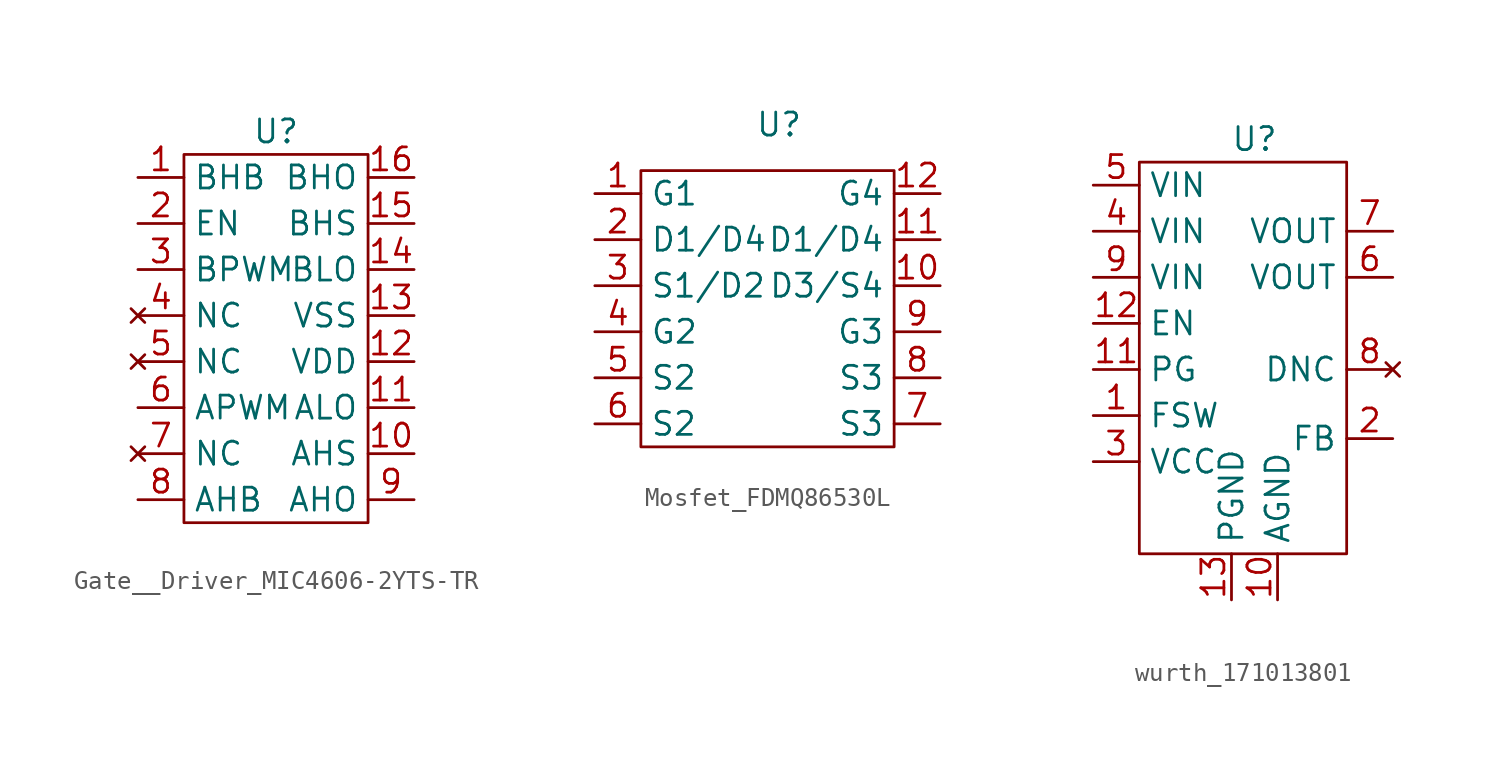
<source format=kicad_sym>
(kicad_symbol_lib
  (version 20220914)
  (generator kicad_symbol_editor)
  (symbol "Gate__Driver_MIC4606-2YTS-TR"
    (property "Reference" "U"
      (at 0 11.43 0)
      (effects (font (size 1.27 1.27))))
    (property "Value" ""
      (at 0 0 0)
      (effects (font (size 1.27 1.27))))
    (symbol "Gate__Driver_MIC4606-2YTS-TR_0_1"
      (rectangle (start -5.08 10.16) (end 5.08 -10.16) (stroke (width 0) (type default)) (fill (type none))))
    (symbol "Gate__Driver_MIC4606-2YTS-TR_1_1"
      (pin passive line (at -7.62 8.89 0) (length 2.54) (name "BHB" (effects (font (size 1.27 1.27)))) (number "1" (effects (font (size 1.27 1.27)))))
      (pin passive line (at 7.62 -6.35 180) (length 2.54) (name "AHS" (effects (font (size 1.27 1.27)))) (number "10" (effects (font (size 1.27 1.27)))))
      (pin power_out line (at 7.62 -3.81 180) (length 2.54) (name "ALO" (effects (font (size 1.27 1.27)))) (number "11" (effects (font (size 1.27 1.27)))))
      (pin power_in line (at 7.62 -1.27 180) (length 2.54) (name "VDD" (effects (font (size 1.27 1.27)))) (number "12" (effects (font (size 1.27 1.27)))))
      (pin power_in line (at 7.62 1.27 180) (length 2.54) (name "VSS" (effects (font (size 1.27 1.27)))) (number "13" (effects (font (size 1.27 1.27)))))
      (pin output line (at 7.62 3.81 180) (length 2.54) (name "BLO" (effects (font (size 1.27 1.27)))) (number "14" (effects (font (size 1.27 1.27)))))
      (pin passive line (at 7.62 6.35 180) (length 2.54) (name "BHS" (effects (font (size 1.27 1.27)))) (number "15" (effects (font (size 1.27 1.27)))))
      (pin output line (at 7.62 8.89 180) (length 2.54) (name "BHO" (effects (font (size 1.27 1.27)))) (number "16" (effects (font (size 1.27 1.27)))))
      (pin input line (at -7.62 6.35 0) (length 2.54) (name "EN" (effects (font (size 1.27 1.27)))) (number "2" (effects (font (size 1.27 1.27)))))
      (pin input line (at -7.62 3.81 0) (length 2.54) (name "BPWM" (effects (font (size 1.27 1.27)))) (number "3" (effects (font (size 1.27 1.27)))))
      (pin no_connect line (at -7.62 1.27 0) (length 2.54) (name "NC" (effects (font (size 1.27 1.27)))) (number "4" (effects (font (size 1.27 1.27)))))
      (pin no_connect line (at -7.62 -1.27 0) (length 2.54) (name "NC" (effects (font (size 1.27 1.27)))) (number "5" (effects (font (size 1.27 1.27)))))
      (pin input line (at -7.62 -3.81 0) (length 2.54) (name "APWM" (effects (font (size 1.27 1.27)))) (number "6" (effects (font (size 1.27 1.27)))))
      (pin no_connect line (at -7.62 -6.35 0) (length 2.54) (name "NC" (effects (font (size 1.27 1.27)))) (number "7" (effects (font (size 1.27 1.27)))))
      (pin passive line (at -7.62 -8.89 0) (length 2.54) (name "AHB" (effects (font (size 1.27 1.27)))) (number "8" (effects (font (size 1.27 1.27)))))
      (pin output line (at 7.62 -8.89 180) (length 2.54) (name "AHO" (effects (font (size 1.27 1.27)))) (number "9" (effects (font (size 1.27 1.27)))))))
  (symbol "Mosfet_FDMQ86530L"
    (property "Reference" "U"
      (at 0 10.16 0)
      (effects (font (size 1.27 1.27))))
    (property "Value" ""
      (at 0 -2.54 0)
      (effects (font (size 1.27 1.27))))
    (symbol "Mosfet_FDMQ86530L_0_1"
      (rectangle (start -7.62 7.62) (end 6.35 -7.62) (stroke (width 0) (type default)) (fill (type none))))
    (symbol "Mosfet_FDMQ86530L_1_1"
      (pin input line (at -10.16 6.35 0) (length 2.54) (name "G1" (effects (font (size 1.27 1.27)))) (number "1" (effects (font (size 1.27 1.27)))))
      (pin power_in line (at 8.89 1.27 180) (length 2.54) (name "D3/S4" (effects (font (size 1.27 1.27)))) (number "10" (effects (font (size 1.27 1.27)))))
      (pin power_out line (at 8.89 3.81 180) (length 2.54) (name "D1/D4" (effects (font (size 1.27 1.27)))) (number "11" (effects (font (size 1.27 1.27)))))
      (pin input line (at 8.89 6.35 180) (length 2.54) (name "G4" (effects (font (size 1.27 1.27)))) (number "12" (effects (font (size 1.27 1.27)))))
      (pin power_out line (at -10.16 3.81 0) (length 2.54) (name "D1/D4" (effects (font (size 1.27 1.27)))) (number "2" (effects (font (size 1.27 1.27)))))
      (pin power_in line (at -10.16 1.27 0) (length 2.54) (name "S1/D2" (effects (font (size 1.27 1.27)))) (number "3" (effects (font (size 1.27 1.27)))))
      (pin input line (at -10.16 -1.27 0) (length 2.54) (name "G2" (effects (font (size 1.27 1.27)))) (number "4" (effects (font (size 1.27 1.27)))))
      (pin power_in line (at -10.16 -3.81 0) (length 2.54) (name "S2" (effects (font (size 1.27 1.27)))) (number "5" (effects (font (size 1.27 1.27)))))
      (pin power_in line (at -10.16 -6.35 0) (length 2.54) (name "S2" (effects (font (size 1.27 1.27)))) (number "6" (effects (font (size 1.27 1.27)))))
      (pin power_in line (at 8.89 -6.35 180) (length 2.54) (name "S3" (effects (font (size 1.27 1.27)))) (number "7" (effects (font (size 1.27 1.27)))))
      (pin power_in line (at 8.89 -3.81 180) (length 2.54) (name "S3" (effects (font (size 1.27 1.27)))) (number "8" (effects (font (size 1.27 1.27)))))
      (pin input line (at 8.89 -1.27 180) (length 2.54) (name "G3" (effects (font (size 1.27 1.27)))) (number "9" (effects (font (size 1.27 1.27)))))))
  (symbol "wurth_171013801"
    (property "Reference" "U"
      (at 0 15.24 0)
      (effects (font (size 1.27 1.27))))
    (property "Value" ""
      (at 0 -3.81 0)
      (effects (font (size 1.27 1.27))))
    (symbol "wurth_171013801_0_1"
      (rectangle (start -6.35 13.97) (end 5.08 -7.62) (stroke (width 0) (type default)) (fill (type none))))
    (symbol "wurth_171013801_1_1"
      (pin input line (at -8.89 0 0) (length 2.54) (name "FSW" (effects (font (size 1.27 1.27)))) (number "1" (effects (font (size 1.27 1.27)))))
      (pin power_in line (at 1.27 -10.16 90) (length 2.54) (name "AGND" (effects (font (size 1.27 1.27)))) (number "10" (effects (font (size 1.27 1.27)))))
      (pin output line (at -8.89 2.54 0) (length 2.54) (name "PG" (effects (font (size 1.27 1.27)))) (number "11" (effects (font (size 1.27 1.27)))))
      (pin power_in line (at -8.89 5.08 0) (length 2.54) (name "EN" (effects (font (size 1.27 1.27)))) (number "12" (effects (font (size 1.27 1.27)))))
      (pin input line (at -1.27 -10.16 90) (length 2.54) (name "PGND" (effects (font (size 1.27 1.27)))) (number "13" (effects (font (size 1.27 1.27)))))
      (pin input line (at 7.62 -1.27 180) (length 2.54) (name "FB" (effects (font (size 1.27 1.27)))) (number "2" (effects (font (size 1.27 1.27)))))
      (pin power_in line (at -8.89 -2.54 0) (length 2.54) (name "VCC" (effects (font (size 1.27 1.27)))) (number "3" (effects (font (size 1.27 1.27)))))
      (pin power_in line (at -8.89 10.16 0) (length 2.54) (name "VIN" (effects (font (size 1.27 1.27)))) (number "4" (effects (font (size 1.27 1.27)))))
      (pin power_in line (at -8.89 12.7 0) (length 2.54) (name "VIN" (effects (font (size 1.27 1.27)))) (number "5" (effects (font (size 1.27 1.27)))))
      (pin power_out line (at 7.62 7.62 180) (length 2.54) (name "VOUT" (effects (font (size 1.27 1.27)))) (number "6" (effects (font (size 1.27 1.27)))))
      (pin power_out line (at 7.62 10.16 180) (length 2.54) (name "VOUT" (effects (font (size 1.27 1.27)))) (number "7" (effects (font (size 1.27 1.27)))))
      (pin no_connect line (at 7.62 2.54 180) (length 2.54) (name "DNC" (effects (font (size 1.27 1.27)))) (number "8" (effects (font (size 1.27 1.27)))))
      (pin power_in line (at -8.89 7.62 0) (length 2.54) (name "VIN" (effects (font (size 1.27 1.27)))) (number "9" (effects (font (size 1.27 1.27))))))))
</source>
